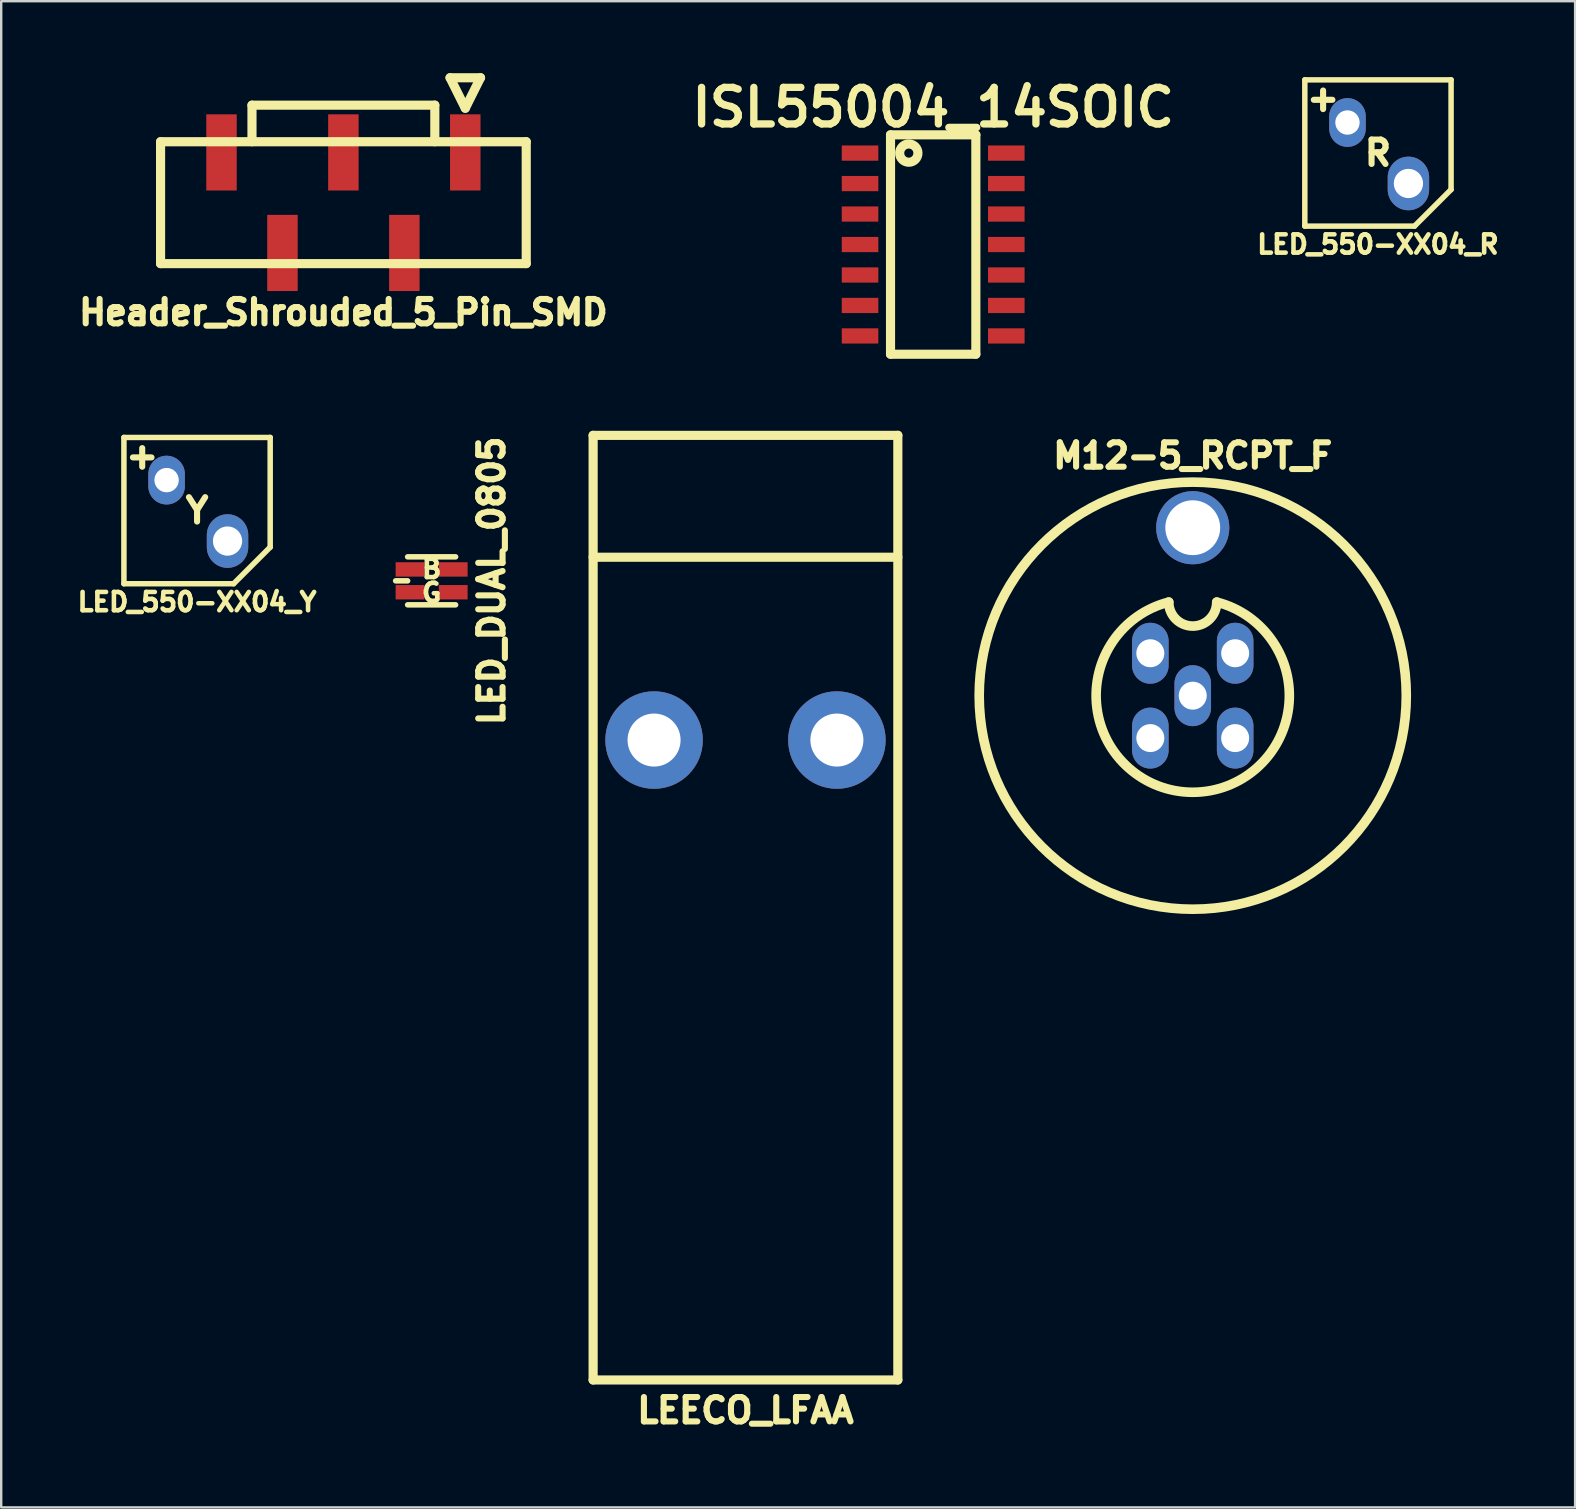
<source format=kicad_pcb>
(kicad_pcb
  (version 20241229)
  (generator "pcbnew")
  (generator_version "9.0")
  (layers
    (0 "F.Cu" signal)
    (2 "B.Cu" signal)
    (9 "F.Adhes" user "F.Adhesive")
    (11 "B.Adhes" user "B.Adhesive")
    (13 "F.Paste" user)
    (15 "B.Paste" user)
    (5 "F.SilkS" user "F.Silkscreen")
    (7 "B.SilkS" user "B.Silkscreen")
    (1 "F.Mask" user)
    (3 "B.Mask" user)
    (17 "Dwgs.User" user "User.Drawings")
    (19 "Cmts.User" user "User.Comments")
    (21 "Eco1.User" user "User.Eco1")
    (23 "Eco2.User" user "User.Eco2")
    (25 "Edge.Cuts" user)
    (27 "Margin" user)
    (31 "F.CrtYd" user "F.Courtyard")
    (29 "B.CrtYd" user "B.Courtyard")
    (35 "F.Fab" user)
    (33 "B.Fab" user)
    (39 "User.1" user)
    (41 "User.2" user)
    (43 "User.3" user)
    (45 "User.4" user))
  (footprint "LEECO_LFAA"
    (layer "F.Cu")
    (at 28.02 27.794)
    (property "Reference" "LEECO_LFAA" (at 0 27.94 0) (layer "F.SilkS") (effects (font (size 1.016 1.016) (thickness 0.254))))
    (attr through_hole)
    (fp_line (start -6.35 -12.7) (end 6.35 -12.7) (stroke (width 0.381) (type solid)) (layer "F.SilkS"))
    (fp_line (start -6.35 -7.62) (end 6.35 -7.62) (stroke (width 0.381) (type solid)) (layer "F.SilkS"))
    (fp_line (start -6.35 26.67) (end -6.35 -12.7) (stroke (width 0.381) (type solid)) (layer "F.SilkS"))
    (fp_line (start 6.35 -12.7) (end 6.35 26.67) (stroke (width 0.381) (type solid)) (layer "F.SilkS"))
    (fp_line (start 6.35 26.67) (end -6.35 26.67) (stroke (width 0.381) (type solid)) (layer "F.SilkS"))
    (pad "1" thru_hole circle (at -3.81 0) (size 4.064 4.064) (drill 2.21) (layers "*.Cu" "*.Mask"))
    (pad "2" thru_hole circle (at 3.81 0) (size 4.064 4.064) (drill 2.21) (layers "*.Cu" "*.Mask")))
  (footprint "LED_550-XX04_R"
    (layer "F.Cu")
    (at 54.38 3.326)
    (property "Reference" "LED_550-XX04_R" (at 0 3.81 0) (layer "F.SilkS") (effects (font (size 0.762 0.762) (thickness 0.191))))
    (attr through_hole)
    (fp_line (start -3.048 -3.048) (end 3.048 -3.048) (stroke (width 0.229) (type solid)) (layer "F.SilkS"))
    (fp_line (start -3.048 3.048) (end -3.048 -3.048) (stroke (width 0.229) (type solid)) (layer "F.SilkS"))
    (fp_line (start 1.524 3.048) (end -3.048 3.048) (stroke (width 0.229) (type solid)) (layer "F.SilkS"))
    (fp_line (start 1.524 3.048) (end 3.048 1.524) (stroke (width 0.229) (type solid)) (layer "F.SilkS"))
    (fp_line (start 3.048 -3.048) (end 3.048 1.524) (stroke (width 0.229) (type solid)) (layer "F.SilkS"))
    (fp_text user "+" (at -2.286 -2.286 0) (layer "F.SilkS") (effects (font (size 1.016 1.016) (thickness 0.254))))
    (fp_text user "R" (at 0 0 180) (layer "F.SilkS") (effects (font (size 1.016 1.016) (thickness 0.254))))
    (pad "1" thru_hole oval (at -1.27 -1.27) (size 1.524 2.032) (drill 1.016) (layers "*.Cu" "*.Mask"))
    (pad "2" thru_hole oval (at 1.27 1.27) (size 1.727 2.235) (drill 1.219) (layers "*.Cu" "*.Mask")))
  (footprint "LED_DUAL_0805"
    (layer "F.Cu")
    (at 14.939 21.158)
    (property "Reference" "LED_DUAL_0805" (at 2.5 0 90) (layer "F.SilkS") (effects (font (size 1.016 1.016) (thickness 0.254))))
    (attr through_hole)
    (fp_line (start -1.5 0) (end -1 0) (stroke (width 0.229) (type solid)) (layer "F.SilkS"))
    (fp_line (start -1 -1) (end 1 -1) (stroke (width 0.229) (type solid)) (layer "F.SilkS"))
    (fp_line (start -1 1) (end 1 1) (stroke (width 0.229) (type solid)) (layer "F.SilkS"))
    (fp_text user "G" (at 0 0.5 0) (layer "F.SilkS") (effects (font (size 0.762 0.762) (thickness 0.191))))
    (fp_text user "B" (at 0 -0.5 0) (layer "F.SilkS") (effects (font (size 0.762 0.762) (thickness 0.191))))
    (pad "1" smd rect (at 0.9 -0.475) (size 1.2 0.6) (layers "F.Cu" "F.Mask" "F.Paste"))
    (pad "2" smd rect (at -0.9 -0.475) (size 1.2 0.6) (layers "F.Cu" "F.Mask" "F.Paste"))
    (pad "3" smd rect (at -0.9 0.475) (size 1.2 0.6) (layers "F.Cu" "F.Mask" "F.Paste"))
    (pad "4" smd rect (at 0.9 0.475) (size 1.2 0.6) (layers "F.Cu" "F.Mask" "F.Paste")))
  (footprint "Header_Shrouded_5_Pin_SMD"
    (layer "F.Cu")
    (at 11.262 5.397)
    (property "Reference" "Header_Shrouded_5_Pin_SMD" (at 0 4.572 0) (layer "F.SilkS") (effects (font (size 1.016 1.016) (thickness 0.254))))
    (attr through_hole)
    (fp_line (start -7.62 -2.54) (end -7.62 2.54) (stroke (width 0.381) (type solid)) (layer "F.SilkS"))
    (fp_line (start -7.62 2.54) (end 7.62 2.54) (stroke (width 0.381) (type solid)) (layer "F.SilkS"))
    (fp_line (start -3.81 -4.064) (end 3.81 -4.064) (stroke (width 0.381) (type solid)) (layer "F.SilkS"))
    (fp_line (start -3.81 -2.54) (end -3.81 -4.064) (stroke (width 0.381) (type solid)) (layer "F.SilkS"))
    (fp_line (start 3.81 -2.54) (end 3.81 -4.064) (stroke (width 0.381) (type solid)) (layer "F.SilkS"))
    (fp_line (start 4.445 -5.207) (end 5.08 -3.937) (stroke (width 0.381) (type solid)) (layer "F.SilkS"))
    (fp_line (start 5.08 -3.937) (end 5.715 -5.207) (stroke (width 0.381) (type solid)) (layer "F.SilkS"))
    (fp_line (start 5.715 -5.207) (end 4.445 -5.207) (stroke (width 0.381) (type solid)) (layer "F.SilkS"))
    (fp_line (start 7.62 -2.54) (end -7.62 -2.54) (stroke (width 0.381) (type solid)) (layer "F.SilkS"))
    (fp_line (start 7.62 2.54) (end 7.62 -2.54) (stroke (width 0.381) (type solid)) (layer "F.SilkS"))
    (pad "1" smd rect (at 5.08 -2.095) (size 1.27 3.175) (layers "F.Cu" "F.Mask" "F.Paste"))
    (pad "2" smd rect (at 2.54 2.095) (size 1.27 3.175) (layers "F.Cu" "F.Mask" "F.Paste"))
    (pad "3" smd rect (at 0 -2.095) (size 1.27 3.175) (layers "F.Cu" "F.Mask" "F.Paste"))
    (pad "4" smd rect (at -2.54 2.095) (size 1.27 3.175) (layers "F.Cu" "F.Mask" "F.Paste"))
    (pad "5" smd rect (at -5.08 -2.095) (size 1.27 3.175) (layers "F.Cu" "F.Mask" "F.Paste")))
  (footprint "LED_550-XX04_Y"
    (layer "F.Cu")
    (at 5.163 18.23)
    (property "Reference" "LED_550-XX04_Y" (at 0 3.81 0) (layer "F.SilkS") (effects (font (size 0.762 0.762) (thickness 0.191))))
    (attr through_hole)
    (fp_line (start -3.048 -3.048) (end 3.048 -3.048) (stroke (width 0.229) (type solid)) (layer "F.SilkS"))
    (fp_line (start -3.048 3.048) (end -3.048 -3.048) (stroke (width 0.229) (type solid)) (layer "F.SilkS"))
    (fp_line (start 1.524 3.048) (end -3.048 3.048) (stroke (width 0.229) (type solid)) (layer "F.SilkS"))
    (fp_line (start 1.524 3.048) (end 3.048 1.524) (stroke (width 0.229) (type solid)) (layer "F.SilkS"))
    (fp_line (start 3.048 -3.048) (end 3.048 1.524) (stroke (width 0.229) (type solid)) (layer "F.SilkS"))
    (fp_text user "Y" (at 0 0 180) (layer "F.SilkS") (effects (font (size 1.016 1.016) (thickness 0.254))))
    (fp_text user "+" (at -2.286 -2.286 0) (layer "F.SilkS") (effects (font (size 1.016 1.016) (thickness 0.254))))
    (pad "1" thru_hole oval (at -1.27 -1.27) (size 1.524 2.032) (drill 1.016) (layers "*.Cu" "*.Mask"))
    (pad "2" thru_hole oval (at 1.27 1.27) (size 1.727 2.235) (drill 1.219) (layers "*.Cu" "*.Mask")))
  (footprint "M12-5_RCPT_F"
    (layer "F.Cu")
    (at 46.661 25.944)
    (property "Reference" "M12-5_RCPT_F" (at 0 -10 0) (layer "F.SilkS") (effects (font (size 1.016 1.016) (thickness 0.254))))
    (attr through_hole)
    (fp_arc (start 1 -3.9) (mid 0 -2.9) (end -1 -3.9) (stroke (width 0.4) (type solid)) (layer "F.SilkS"))
    (fp_arc (start 1.002533 -3.899348) (mid -0.001308 4.026163) (end -0.999999 -3.899999) (stroke (width 0.4) (type solid)) (layer "F.SilkS"))
    (fp_circle (center 0 0) (end 8.9 0) (stroke (width 0.4) (type solid)) (fill no) (layer "F.SilkS"))
    (pad "" thru_hole circle (at 0 -7) (size 3.048 3.048) (drill 2.286) (layers "*.Cu" "*.Mask"))
    (pad "1" thru_hole oval (at -1.768 -1.768) (size 1.524 2.54) (drill 1.168) (layers "*.Cu" "*.Mask"))
    (pad "2" thru_hole oval (at 1.768 -1.768) (size 1.524 2.54) (drill 1.168) (layers "*.Cu" "*.Mask"))
    (pad "3" thru_hole oval (at 1.768 1.768) (size 1.524 2.54) (drill 1.168) (layers "*.Cu" "*.Mask"))
    (pad "4" thru_hole oval (at -1.768 1.768) (size 1.524 2.54) (drill 1.168) (layers "*.Cu" "*.Mask"))
    (pad "5" thru_hole oval (at 0 0) (size 1.524 2.54) (drill 1.168) (layers "*.Cu" "*.Mask")))
  (footprint "ISL55004_14SOIC"
    (layer "F.Cu")
    (at 35.843 7.141)
    (property "Reference" "ISL55004_14SOIC" (at 0 -5.715 0) (layer "F.SilkS") (effects (font (size 1.524 1.524) (thickness 0.305))))
    (attr through_hole)
    (fp_line (start -1.778 -4.572) (end -1.778 4.572) (stroke (width 0.381) (type solid)) (layer "F.SilkS"))
    (fp_line (start -1.778 4.572) (end 1.778 4.572) (stroke (width 0.381) (type solid)) (layer "F.SilkS"))
    (fp_line (start 1.778 -4.572) (end -1.778 -4.572) (stroke (width 0.381) (type solid)) (layer "F.SilkS"))
    (fp_line (start 1.778 4.572) (end 1.778 -4.572) (stroke (width 0.381) (type solid)) (layer "F.SilkS"))
    (fp_circle (center -1.016 -3.81) (end -1.016 -4.191) (stroke (width 0.381) (type solid)) (fill no) (layer "F.SilkS"))
    (pad "1" smd rect (at -3.048 -3.81) (size 1.524 0.635) (layers "F.Cu" "F.Mask" "F.Paste"))
    (pad "2" smd rect (at -3.048 -2.54) (size 1.524 0.635) (layers "F.Cu" "F.Mask" "F.Paste"))
    (pad "3" smd rect (at -3.048 -1.27) (size 1.524 0.635) (layers "F.Cu" "F.Mask" "F.Paste"))
    (pad "4" smd rect (at -3.048 0) (size 1.524 0.635) (layers "F.Cu" "F.Mask" "F.Paste"))
    (pad "5" smd rect (at -3.048 1.27) (size 1.524 0.635) (layers "F.Cu" "F.Mask" "F.Paste"))
    (pad "6" smd rect (at -3.048 2.54) (size 1.524 0.635) (layers "F.Cu" "F.Mask" "F.Paste"))
    (pad "7" smd rect (at -3.048 3.81) (size 1.524 0.635) (layers "F.Cu" "F.Mask" "F.Paste"))
    (pad "8" smd rect (at 3.048 3.81) (size 1.524 0.635) (layers "F.Cu" "F.Mask" "F.Paste"))
    (pad "9" smd rect (at 3.048 2.54) (size 1.524 0.635) (layers "F.Cu" "F.Mask" "F.Paste"))
    (pad "10" smd rect (at 3.048 1.27) (size 1.524 0.635) (layers "F.Cu" "F.Mask" "F.Paste"))
    (pad "11" smd rect (at 3.048 0) (size 1.524 0.635) (layers "F.Cu" "F.Mask" "F.Paste"))
    (pad "12" smd rect (at 3.048 -1.27) (size 1.524 0.635) (layers "F.Cu" "F.Mask" "F.Paste"))
    (pad "13" smd rect (at 3.048 -2.54) (size 1.524 0.635) (layers "F.Cu" "F.Mask" "F.Paste"))
    (pad "14" smd rect (at 3.048 -3.81) (size 1.524 0.635) (layers "F.Cu" "F.Mask" "F.Paste")))
  (gr_rect
    (start -3 -3)
    (end 62.597 59.775)
    (stroke (width 0.1) (type default))
    (fill no)
    (layer "Edge.Cuts")))
</source>
